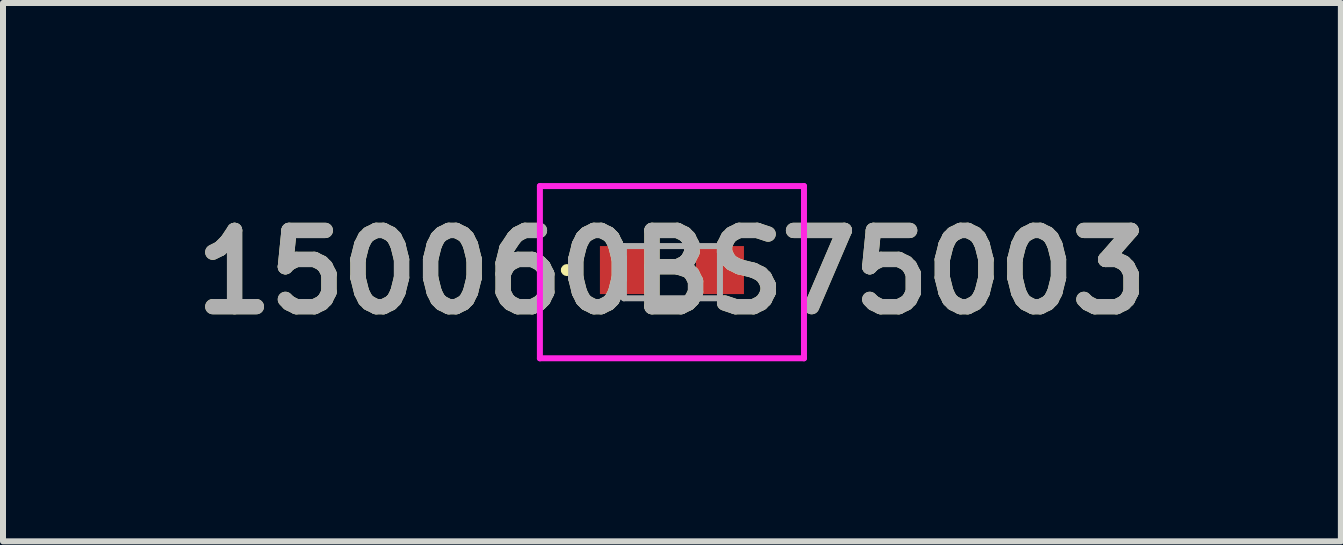
<source format=kicad_pcb>
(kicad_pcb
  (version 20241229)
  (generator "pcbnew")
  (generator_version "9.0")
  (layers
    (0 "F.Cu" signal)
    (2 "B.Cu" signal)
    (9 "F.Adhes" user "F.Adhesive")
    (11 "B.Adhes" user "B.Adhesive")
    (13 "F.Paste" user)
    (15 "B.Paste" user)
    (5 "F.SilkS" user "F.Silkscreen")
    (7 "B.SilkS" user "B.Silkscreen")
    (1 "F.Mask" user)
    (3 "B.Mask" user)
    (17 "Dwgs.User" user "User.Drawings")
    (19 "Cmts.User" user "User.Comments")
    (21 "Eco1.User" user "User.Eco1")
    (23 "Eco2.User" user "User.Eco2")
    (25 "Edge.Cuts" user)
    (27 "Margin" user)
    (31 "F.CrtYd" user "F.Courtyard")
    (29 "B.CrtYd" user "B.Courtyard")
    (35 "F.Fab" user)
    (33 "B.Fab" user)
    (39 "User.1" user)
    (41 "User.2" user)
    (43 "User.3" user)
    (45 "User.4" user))
  (footprint "150060BS75003"
    (layer "F.Cu")
    (at 8.146 1.45)
    (property "Reference" "150060BS75003" (at 0 0.035 0) (layer "F.SilkS") (effects (font (size 1.27 1.27) (thickness 0.254))))
    (attr smd)
    (fp_line (start -1.8 0) (end -1.8 0) (stroke (width 0.1) (type solid)) (layer "F.SilkS"))
    (fp_line (start -1.7 0) (end -1.7 0) (stroke (width 0.1) (type solid)) (layer "F.SilkS"))
    (fp_arc (start -1.8 0) (mid -1.75 -0.05) (end -1.7 0) (stroke (width 0.1) (type solid)) (layer "F.SilkS"))
    (fp_arc (start -1.7 0) (mid -1.75 0.05) (end -1.8 0) (stroke (width 0.1) (type solid)) (layer "F.SilkS"))
    (fp_line (start -2.2 -1.4) (end 2.2 -1.4) (stroke (width 0.1) (type solid)) (layer "F.CrtYd"))
    (fp_line (start -2.2 1.47) (end -2.2 -1.4) (stroke (width 0.1) (type solid)) (layer "F.CrtYd"))
    (fp_line (start 2.2 -1.4) (end 2.2 1.47) (stroke (width 0.1) (type solid)) (layer "F.CrtYd"))
    (fp_line (start 2.2 1.47) (end -2.2 1.47) (stroke (width 0.1) (type solid)) (layer "F.CrtYd"))
    (fp_line (start -0.8 -0.4) (end 0.8 -0.4) (stroke (width 0.1) (type solid)) (layer "F.Fab"))
    (fp_line (start -0.8 0.47) (end -0.8 -0.4) (stroke (width 0.1) (type solid)) (layer "F.Fab"))
    (fp_line (start 0.8 -0.4) (end 0.8 0.47) (stroke (width 0.1) (type solid)) (layer "F.Fab"))
    (fp_line (start 0.8 0.47) (end -0.8 0.47) (stroke (width 0.1) (type solid)) (layer "F.Fab"))
    (fp_text user "${REFERENCE}" (at 0 0.035 0) (layer "F.Fab") (effects (font (size 1.27 1.27) (thickness 0.254))))
    (pad "1" smd rect (at -0.8 0 90) (size 0.8 0.8) (layers "F.Cu" "F.Mask" "F.Paste"))
    (pad "2" smd rect (at 0.8 0 90) (size 0.8 0.8) (layers "F.Cu" "F.Mask" "F.Paste")))
  (gr_rect
    (start -3 -3)
    (end 19.292 5.97)
    (stroke (width 0.1) (type default))
    (fill no)
    (layer "Edge.Cuts")))
</source>
